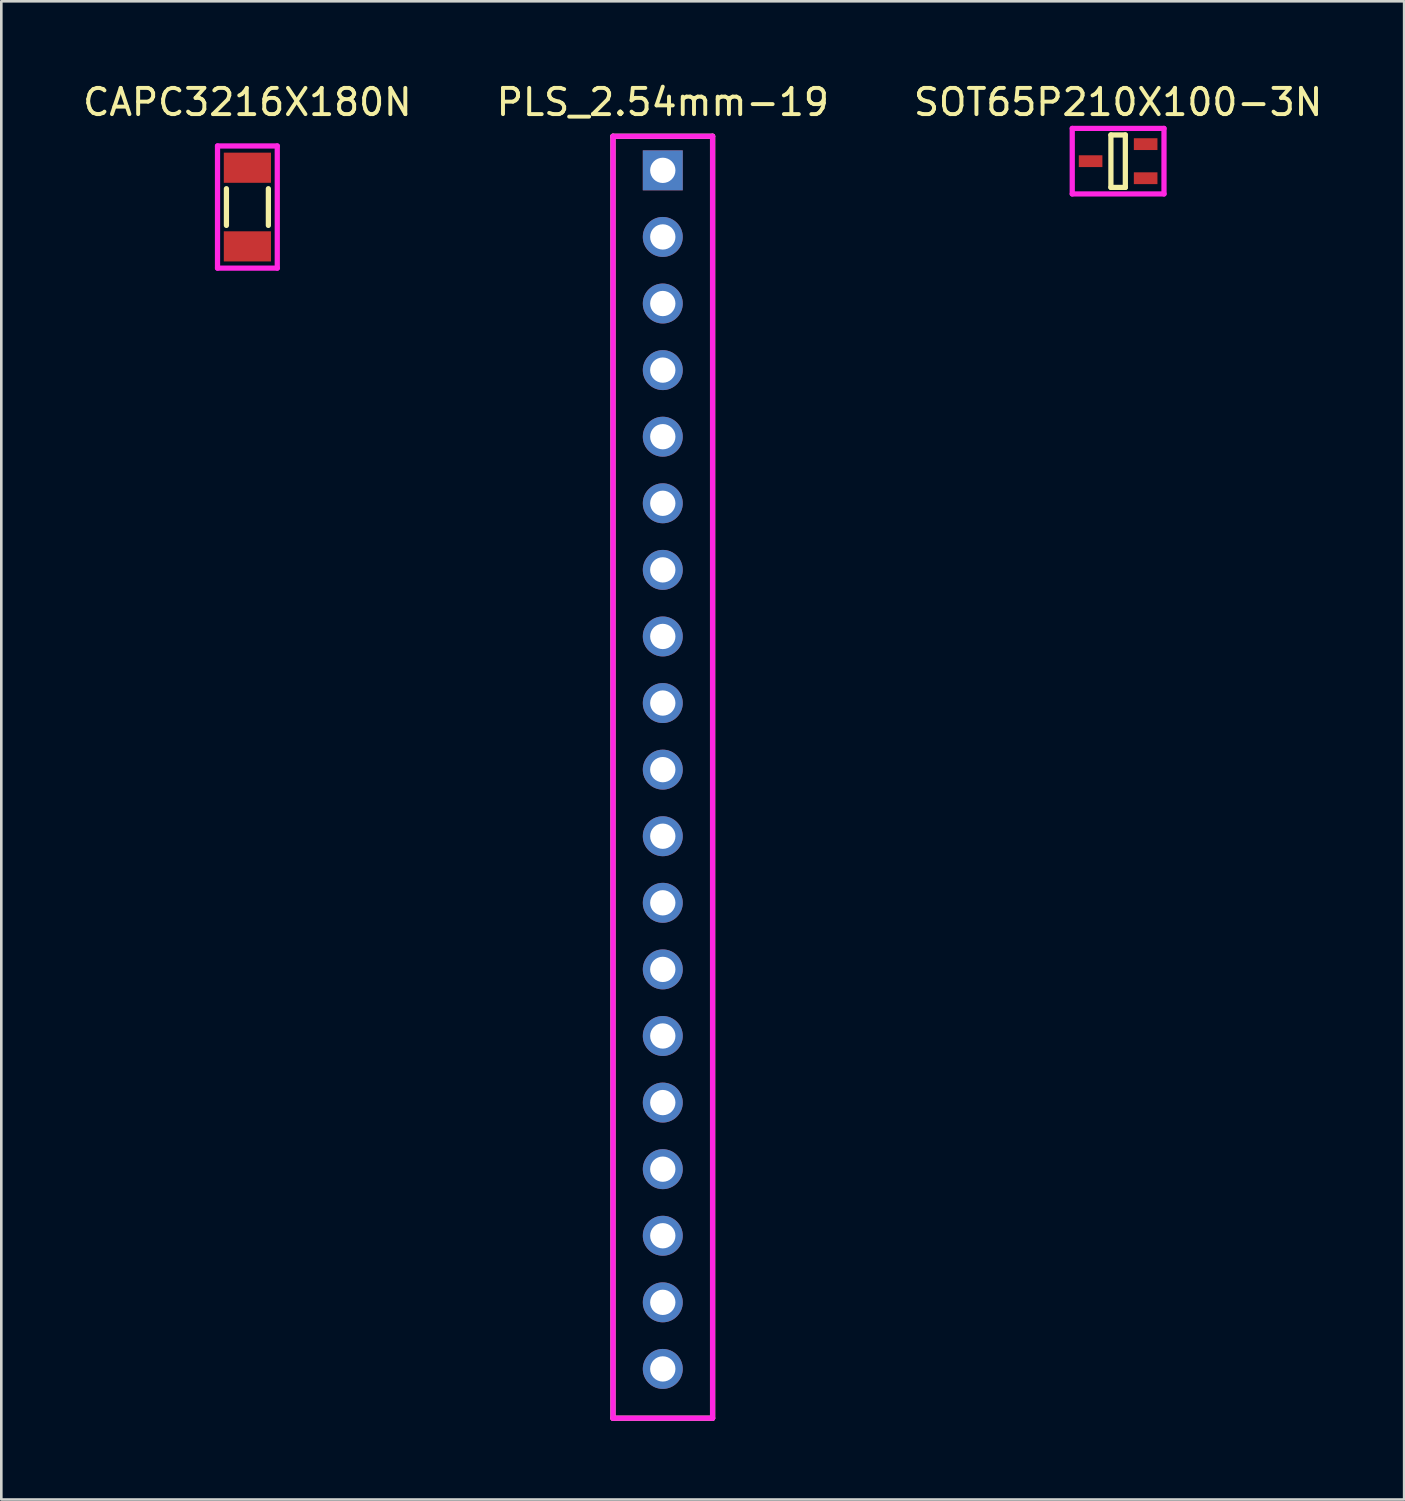
<source format=kicad_pcb>
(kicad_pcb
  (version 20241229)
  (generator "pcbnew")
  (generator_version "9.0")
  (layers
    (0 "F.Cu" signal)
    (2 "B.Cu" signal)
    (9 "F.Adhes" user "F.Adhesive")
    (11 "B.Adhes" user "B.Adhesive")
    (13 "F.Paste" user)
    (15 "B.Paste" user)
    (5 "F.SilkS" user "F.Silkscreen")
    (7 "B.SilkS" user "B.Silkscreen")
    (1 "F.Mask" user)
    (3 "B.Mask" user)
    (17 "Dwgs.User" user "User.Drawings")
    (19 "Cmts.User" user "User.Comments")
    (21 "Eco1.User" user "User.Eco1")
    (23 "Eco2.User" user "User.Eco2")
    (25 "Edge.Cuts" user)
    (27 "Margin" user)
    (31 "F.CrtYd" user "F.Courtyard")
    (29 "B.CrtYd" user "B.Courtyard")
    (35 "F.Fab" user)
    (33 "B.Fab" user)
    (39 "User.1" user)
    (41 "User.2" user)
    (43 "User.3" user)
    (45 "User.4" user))
  (footprint "PLS_2.54mm-19"
    (layer "F.Cu")
    (at 22.232 3.448)
    (property "Reference" "PLS_2.54mm-19" (at 0 -2.6 0) (layer "F.SilkS") (effects (font (size 1 1) (thickness 0.15))))
    (attr smd)
    (fp_line (start -1.9 -1.3) (end -1.9 47.6) (stroke (width 0.2) (type solid)) (layer "F.SilkS"))
    (fp_line (start -1.9 47.6) (end 1.9 47.6) (stroke (width 0.2) (type solid)) (layer "F.SilkS"))
    (fp_line (start 1.9 -1.3) (end -1.9 -1.3) (stroke (width 0.2) (type solid)) (layer "F.SilkS"))
    (fp_line (start 1.9 47.6) (end 1.9 -1.3) (stroke (width 0.2) (type solid)) (layer "F.SilkS"))
    (fp_line (start -1.9 -1.3) (end -1.9 47.6) (stroke (width 0.2) (type solid)) (layer "F.CrtYd"))
    (fp_line (start -1.9 47.6) (end 1.9 47.6) (stroke (width 0.2) (type solid)) (layer "F.CrtYd"))
    (fp_line (start 1.9 -1.3) (end -1.9 -1.3) (stroke (width 0.2) (type solid)) (layer "F.CrtYd"))
    (fp_line (start 1.9 47.6) (end 1.9 -1.3) (stroke (width 0.2) (type solid)) (layer "F.CrtYd"))
    (pad "1" thru_hole rect (at 0 0 180) (size 1.524 1.524) (drill 0.965) (layers "*.Cu" "*.Paste" "*.Mask"))
    (pad "2" thru_hole circle (at 0 2.54 180) (size 1.524 1.524) (drill 0.965) (layers "*.Cu" "*.Paste" "*.Mask"))
    (pad "3" thru_hole circle (at 0 5.08 180) (size 1.524 1.524) (drill 0.965) (layers "*.Cu" "*.Paste" "*.Mask"))
    (pad "4" thru_hole circle (at 0 7.62 180) (size 1.524 1.524) (drill 0.965) (layers "*.Cu" "*.Paste" "*.Mask"))
    (pad "5" thru_hole circle (at 0 10.16 180) (size 1.524 1.524) (drill 0.965) (layers "*.Cu" "*.Paste" "*.Mask"))
    (pad "6" thru_hole circle (at 0 12.7 180) (size 1.524 1.524) (drill 0.965) (layers "*.Cu" "*.Paste" "*.Mask"))
    (pad "7" thru_hole circle (at 0 15.24 180) (size 1.524 1.524) (drill 0.965) (layers "*.Cu" "*.Paste" "*.Mask"))
    (pad "8" thru_hole circle (at 0 17.78 180) (size 1.524 1.524) (drill 0.965) (layers "*.Cu" "*.Paste" "*.Mask"))
    (pad "9" thru_hole circle (at 0 20.32 180) (size 1.524 1.524) (drill 0.965) (layers "*.Cu" "*.Paste" "*.Mask"))
    (pad "10" thru_hole circle (at 0 22.86 180) (size 1.524 1.524) (drill 0.965) (layers "*.Cu" "*.Paste" "*.Mask"))
    (pad "11" thru_hole circle (at 0 25.4 180) (size 1.524 1.524) (drill 0.965) (layers "*.Cu" "*.Paste" "*.Mask"))
    (pad "12" thru_hole circle (at 0 27.94 180) (size 1.524 1.524) (drill 0.965) (layers "*.Cu" "*.Paste" "*.Mask"))
    (pad "13" thru_hole circle (at 0 30.48 180) (size 1.524 1.524) (drill 0.965) (layers "*.Cu" "*.Paste" "*.Mask"))
    (pad "14" thru_hole circle (at 0 33.02 180) (size 1.524 1.524) (drill 0.965) (layers "*.Cu" "*.Paste" "*.Mask"))
    (pad "15" thru_hole circle (at 0 35.56 180) (size 1.524 1.524) (drill 0.965) (layers "*.Cu" "*.Paste" "*.Mask"))
    (pad "16" thru_hole circle (at 0 38.1 180) (size 1.524 1.524) (drill 0.965) (layers "*.Cu" "*.Paste" "*.Mask"))
    (pad "17" thru_hole circle (at 0 40.64 180) (size 1.524 1.524) (drill 0.965) (layers "*.Cu" "*.Paste" "*.Mask"))
    (pad "18" thru_hole circle (at 0 43.18 180) (size 1.524 1.524) (drill 0.965) (layers "*.Cu" "*.Paste" "*.Mask"))
    (pad "19" thru_hole circle (at 0 45.72 180) (size 1.524 1.524) (drill 0.965) (layers "*.Cu" "*.Paste" "*.Mask")))
  (footprint "CAPC3216X180N"
    (layer "F.Cu")
    (at 6.387 4.848)
    (property "Reference" "CAPC3216X180N" (at 0 -4 0) (layer "F.SilkS") (effects (font (size 1 1) (thickness 0.15))))
    (attr through_hole)
    (fp_line (start -0.8 -0.7) (end -0.8 0.7) (stroke (width 0.2) (type solid)) (layer "F.SilkS"))
    (fp_line (start 0.8 0.7) (end 0.8 -0.7) (stroke (width 0.2) (type solid)) (layer "F.SilkS"))
    (fp_line (start -1.14 -2.33) (end -1.14 2.33) (stroke (width 0.2) (type solid)) (layer "F.CrtYd"))
    (fp_line (start -1.14 2.33) (end 1.14 2.33) (stroke (width 0.2) (type solid)) (layer "F.CrtYd"))
    (fp_line (start 1.14 -2.33) (end -1.14 -2.33) (stroke (width 0.2) (type solid)) (layer "F.CrtYd"))
    (fp_line (start 1.14 2.33) (end 1.14 -2.33) (stroke (width 0.2) (type solid)) (layer "F.CrtYd"))
    (pad "1" smd rect (at 0 -1.5 90) (size 1.15 1.8) (layers "F.Cu" "F.Mask" "F.Paste"))
    (pad "2" smd rect (at 0 1.5 90) (size 1.15 1.8) (layers "F.Cu" "F.Mask" "F.Paste")))
  (footprint "SOT65P210X100-3N"
    (layer "F.Cu")
    (at 39.601 3.098)
    (property "Reference" "SOT65P210X100-3N" (at 0 -2.25 0) (layer "F.SilkS") (effects (font (size 1 1) (thickness 0.15))))
    (attr through_hole)
    (fp_line (start -0.275 -1) (end -0.275 1) (stroke (width 0.2) (type solid)) (layer "F.SilkS"))
    (fp_line (start -0.275 -1) (end 0.275 -1) (stroke (width 0.2) (type solid)) (layer "F.SilkS"))
    (fp_line (start -0.275 1) (end 0.275 1) (stroke (width 0.2) (type solid)) (layer "F.SilkS"))
    (fp_line (start 0.275 1) (end 0.275 -1) (stroke (width 0.2) (type solid)) (layer "F.SilkS"))
    (fp_line (start -1.75 -1.25) (end -1.75 1.25) (stroke (width 0.2) (type solid)) (layer "F.CrtYd"))
    (fp_line (start -1.75 1.25) (end 1.75 1.25) (stroke (width 0.2) (type solid)) (layer "F.CrtYd"))
    (fp_line (start 1.75 -1.25) (end -1.75 -1.25) (stroke (width 0.2) (type solid)) (layer "F.CrtYd"))
    (fp_line (start 1.75 1.25) (end 1.75 -1.25) (stroke (width 0.2) (type solid)) (layer "F.CrtYd"))
    (pad "1" smd rect (at 1.05 0.65) (size 0.9 0.45) (layers "F.Cu" "F.Mask" "F.Paste"))
    (pad "2" smd rect (at 1.05 -0.65) (size 0.9 0.45) (layers "F.Cu" "F.Mask" "F.Paste"))
    (pad "3" smd rect (at -1.05 0) (size 0.9 0.45) (layers "F.Cu" "F.Mask" "F.Paste")))
  (gr_rect
    (start -3 -3)
    (end 50.512 54.148)
    (stroke (width 0.1) (type default))
    (fill no)
    (layer "Edge.Cuts")))
</source>
